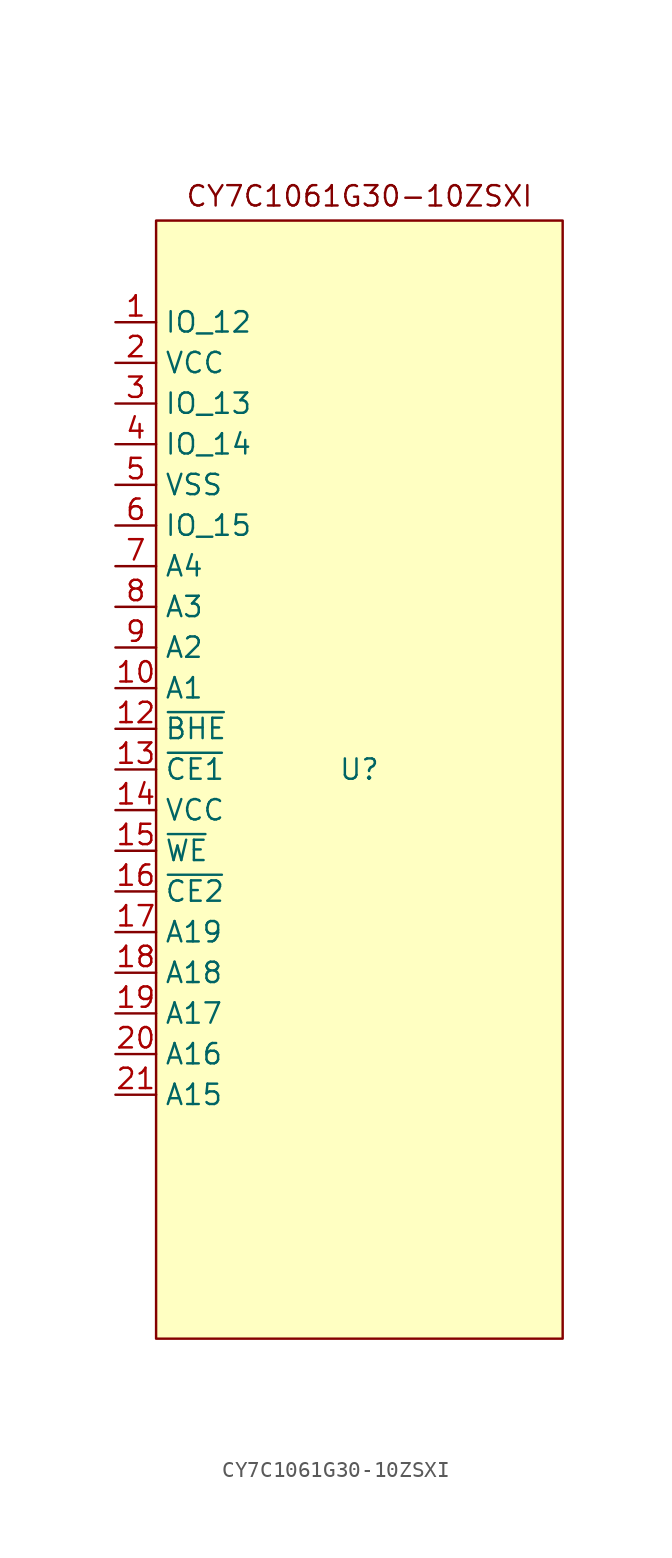
<source format=kicad_sym>
(kicad_symbol_lib
  (version 20241209)
  (generator "kicad_symbol_editor")
  (generator_version "9.0")
  (symbol "CY7C1061G30-10ZSXI"
    (property "Reference" "U"
      (at 0 0 0)
      (effects (font (size 1.27 1.27))))
    (property "Value" ""
      (at 0 0 0)
      (effects (font (size 1.27 1.27))))
    (symbol "CY7C1061G30-10ZSXI_1_1"
      (rectangle (start -12.7 34.29) (end 12.7 -35.56) (stroke (width 0) (type solid)) (fill (type background)))
      (text "CY7C1061G30-10ZSXI" (at 0 35.814 0) (effects (font (size 1.27 1.27))))
      (pin bidirectional line (at -15.24 27.94 0) (length 2.54) (name "IO_12" (effects (font (size 1.27 1.27)))) (number "1" (effects (font (size 1.27 1.27)))))
      (pin input line (at -15.24 25.4 0) (length 2.54) (name "VCC" (effects (font (size 1.27 1.27)))) (number "2" (effects (font (size 1.27 1.27)))))
      (pin bidirectional line (at -15.24 22.86 0) (length 2.54) (name "IO_13" (effects (font (size 1.27 1.27)))) (number "3" (effects (font (size 1.27 1.27)))))
      (pin bidirectional line (at -15.24 20.32 0) (length 2.54) (name "IO_14" (effects (font (size 1.27 1.27)))) (number "4" (effects (font (size 1.27 1.27)))))
      (pin input line (at -15.24 17.78 0) (length 2.54) (name "VSS" (effects (font (size 1.27 1.27)))) (number "5" (effects (font (size 1.27 1.27)))))
      (pin bidirectional line (at -15.24 15.24 0) (length 2.54) (name "IO_15" (effects (font (size 1.27 1.27)))) (number "6" (effects (font (size 1.27 1.27)))))
      (pin input line (at -15.24 12.7 0) (length 2.54) (name "A4" (effects (font (size 1.27 1.27)))) (number "7" (effects (font (size 1.27 1.27)))))
      (pin input line (at -15.24 10.16 0) (length 2.54) (name "A3" (effects (font (size 1.27 1.27)))) (number "8" (effects (font (size 1.27 1.27)))))
      (pin input line (at -15.24 7.62 0) (length 2.54) (name "A2" (effects (font (size 1.27 1.27)))) (number "9" (effects (font (size 1.27 1.27)))))
      (pin input line (at -15.24 5.08 0) (length 2.54) (name "A1" (effects (font (size 1.27 1.27)))) (number "10" (effects (font (size 1.27 1.27)))))
      (pin input line (at -15.24 2.54 0) (length 2.54) (name "~{BHE}" (effects (font (size 1.27 1.27)))) (number "12" (effects (font (size 1.27 1.27)))))
      (pin input line (at -15.24 0 0) (length 2.54) (name "~{CE1}" (effects (font (size 1.27 1.27)))) (number "13" (effects (font (size 1.27 1.27)))))
      (pin input line (at -15.24 -2.54 0) (length 2.54) (name "VCC" (effects (font (size 1.27 1.27)))) (number "14" (effects (font (size 1.27 1.27)))))
      (pin input line (at -15.24 -5.08 0) (length 2.54) (name "~{WE}" (effects (font (size 1.27 1.27)))) (number "15" (effects (font (size 1.27 1.27)))))
      (pin input line (at -15.24 -7.62 0) (length 2.54) (name "~{CE2}" (effects (font (size 1.27 1.27)))) (number "16" (effects (font (size 1.27 1.27)))))
      (pin input line (at -15.24 -10.16 0) (length 2.54) (name "A19" (effects (font (size 1.27 1.27)))) (number "17" (effects (font (size 1.27 1.27)))))
      (pin input line (at -15.24 -12.7 0) (length 2.54) (name "A18" (effects (font (size 1.27 1.27)))) (number "18" (effects (font (size 1.27 1.27)))))
      (pin input line (at -15.24 -15.24 0) (length 2.54) (name "A17" (effects (font (size 1.27 1.27)))) (number "19" (effects (font (size 1.27 1.27)))))
      (pin input line (at -15.24 -17.78 0) (length 2.54) (name "A16" (effects (font (size 1.27 1.27)))) (number "20" (effects (font (size 1.27 1.27)))))
      (pin input line (at -15.24 -20.32 0) (length 2.54) (name "A15" (effects (font (size 1.27 1.27)))) (number "21" (effects (font (size 1.27 1.27))))))))
</source>
